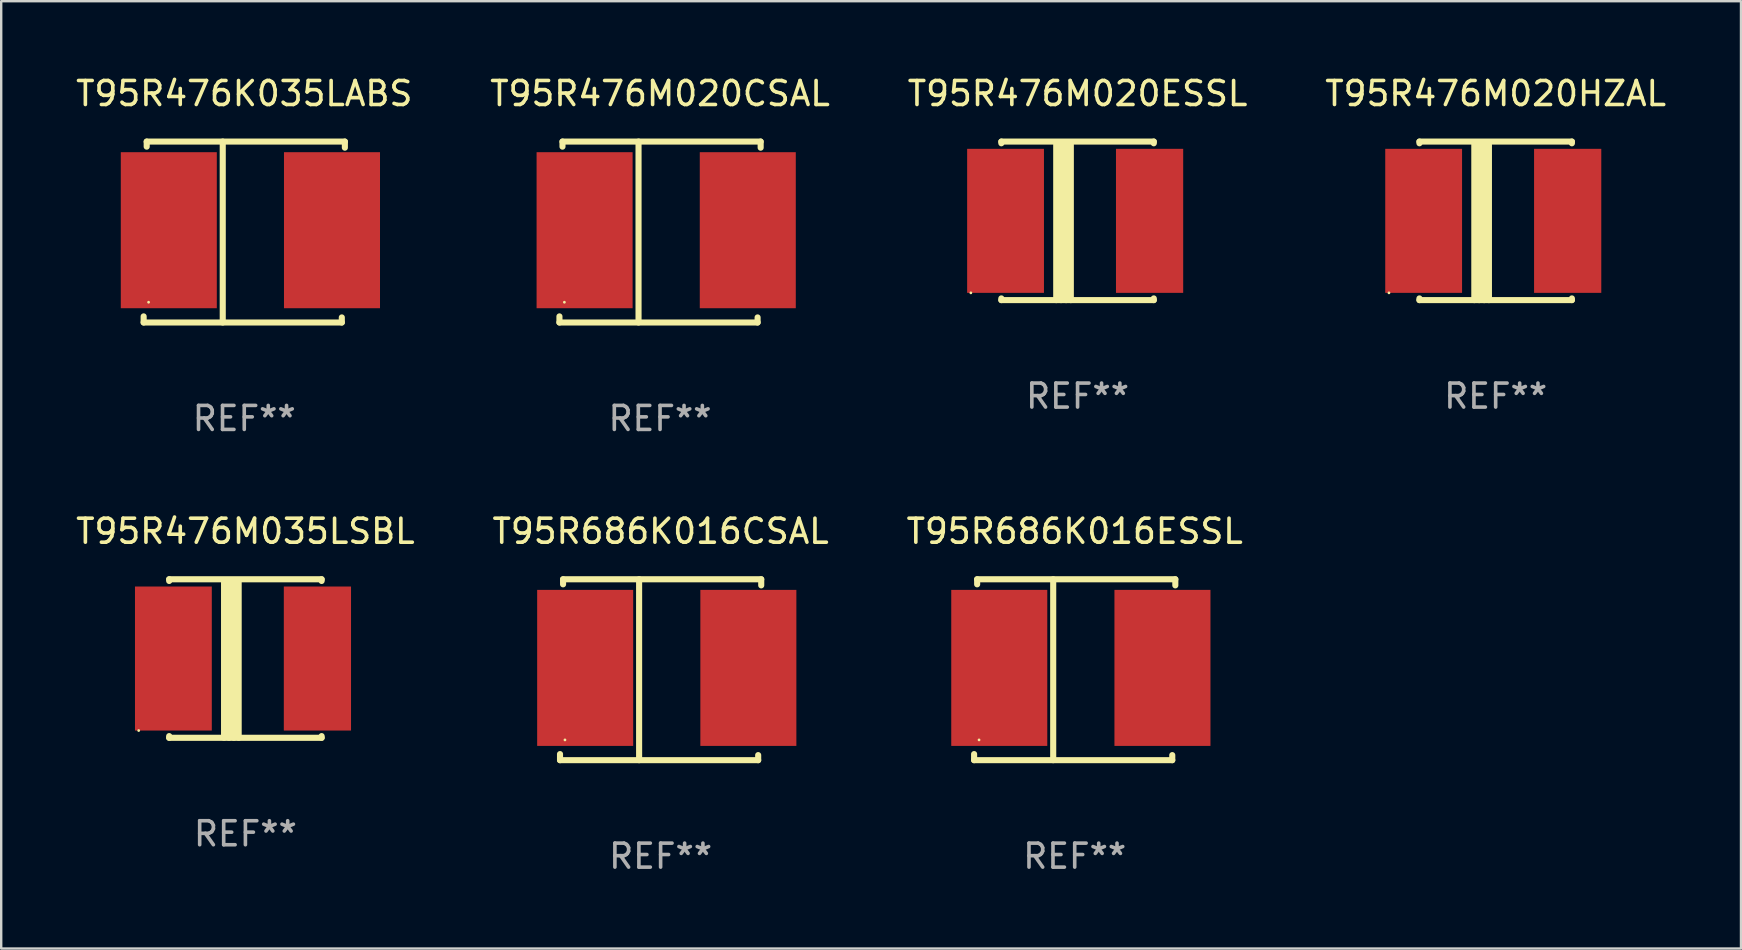
<source format=kicad_pcb>
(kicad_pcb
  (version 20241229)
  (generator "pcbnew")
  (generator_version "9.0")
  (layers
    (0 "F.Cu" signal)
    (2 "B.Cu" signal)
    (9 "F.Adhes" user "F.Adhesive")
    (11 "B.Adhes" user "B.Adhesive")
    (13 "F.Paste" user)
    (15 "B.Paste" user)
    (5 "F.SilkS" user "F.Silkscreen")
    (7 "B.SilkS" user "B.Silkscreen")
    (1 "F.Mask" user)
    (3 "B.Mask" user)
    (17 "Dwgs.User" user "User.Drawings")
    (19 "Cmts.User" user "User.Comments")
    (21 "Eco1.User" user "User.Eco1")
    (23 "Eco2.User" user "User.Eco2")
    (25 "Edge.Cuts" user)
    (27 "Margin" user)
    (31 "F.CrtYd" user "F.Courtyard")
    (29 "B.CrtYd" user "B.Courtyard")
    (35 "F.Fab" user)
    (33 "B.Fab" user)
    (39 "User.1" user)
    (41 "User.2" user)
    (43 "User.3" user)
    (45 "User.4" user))
  (footprint "T95R476M020HZAL"
    (layer "F.Cu")
    (at 59.256 6.15)
    (property "Reference" "T95R476M020HZAL" (at 0 -5.302 0) (layer "F.SilkS") (effects (font (size 1 1) (thickness 0.15))))
    (attr through_hole)
    (fp_line (start -3.175 -3.231) (end -3.175 -3.302) (stroke (width 0.254) (type solid)) (layer "F.SilkS"))
    (fp_line (start -3.175 3.302) (end -3.175 3.231) (stroke (width 0.254) (type solid)) (layer "F.SilkS"))
    (fp_line (start -3.175 3.302) (end 3.175 3.302) (stroke (width 0.254) (type solid)) (layer "F.SilkS"))
    (fp_line (start -0.889 -3.175) (end -0.889 3.302) (stroke (width 0.254) (type solid)) (layer "F.SilkS"))
    (fp_line (start -0.688 -3.175) (end -0.688 3.302) (stroke (width 0.254) (type solid)) (layer "F.SilkS"))
    (fp_line (start -0.478 -3.175) (end -0.478 3.302) (stroke (width 0.254) (type solid)) (layer "F.SilkS"))
    (fp_line (start -0.281 -3.175) (end -0.281 3.302) (stroke (width 0.254) (type solid)) (layer "F.SilkS"))
    (fp_line (start 3.175 -3.302) (end -3.175 -3.302) (stroke (width 0.254) (type solid)) (layer "F.SilkS"))
    (fp_line (start 3.175 -3.302) (end 3.175 -3.231) (stroke (width 0.254) (type solid)) (layer "F.SilkS"))
    (fp_line (start 3.175 3.231) (end 3.175 3.302) (stroke (width 0.254) (type solid)) (layer "F.SilkS"))
    (fp_circle (center -4.445 3) (end -4.415 3) (stroke (width 0.06) (type solid)) (fill no) (layer "F.SilkS"))
    (fp_text user "REF**" (at 0 7.302 0) (layer "F.Fab") (effects (font (size 1 1) (thickness 0.15))))
    (pad "1" smd rect (at -3 0) (size 3.2 6) (layers "F.Cu" "F.Mask" "F.Paste"))
    (pad "2" smd rect (at 3 0) (size 2.8 6) (layers "F.Cu" "F.Mask" "F.Paste")))
  (footprint "T95R686K016CSAL"
    (layer "F.Cu")
    (at 24.47 24.849)
    (property "Reference" "T95R686K016CSAL" (at 0 -5.768 0) (layer "F.SilkS") (effects (font (size 1 1) (thickness 0.15))))
    (attr through_hole)
    (fp_line (start -4.191 3.768) (end -4.191 3.514) (stroke (width 0.254) (type solid)) (layer "F.SilkS"))
    (fp_line (start -4.064 -3.768) (end 4.191 -3.768) (stroke (width 0.254) (type solid)) (layer "F.SilkS"))
    (fp_line (start -4.064 -3.557) (end -4.064 -3.768) (stroke (width 0.254) (type solid)) (layer "F.SilkS"))
    (fp_line (start -0.896 -3.768) (end -0.896 3.768) (stroke (width 0.254) (type solid)) (layer "F.SilkS"))
    (fp_line (start 4.064 3.557) (end 4.064 3.768) (stroke (width 0.254) (type solid)) (layer "F.SilkS"))
    (fp_line (start 4.064 3.768) (end -4.191 3.768) (stroke (width 0.254) (type solid)) (layer "F.SilkS"))
    (fp_line (start 4.191 -3.768) (end 4.191 -3.514) (stroke (width 0.254) (type solid)) (layer "F.SilkS"))
    (fp_circle (center -3.985 2.924) (end -3.955 2.924) (stroke (width 0.06) (type solid)) (fill no) (layer "F.SilkS"))
    (fp_text user "REF**" (at 0 7.768 0) (layer "F.Fab") (effects (font (size 1 1) (thickness 0.15))))
    (pad "1" smd rect (at -3.143 -0.076 270) (size 6.5 4) (layers "F.Cu" "F.Mask" "F.Paste"))
    (pad "2" smd rect (at 3.655 -0.076 270) (size 6.5 4) (layers "F.Cu" "F.Mask" "F.Paste")))
  (footprint "T95R476M020CSAL"
    (layer "F.Cu")
    (at 24.446 6.616)
    (property "Reference" "T95R476M020CSAL" (at 0 -5.768 0) (layer "F.SilkS") (effects (font (size 1 1) (thickness 0.15))))
    (attr through_hole)
    (fp_line (start -4.191 3.768) (end -4.191 3.514) (stroke (width 0.254) (type solid)) (layer "F.SilkS"))
    (fp_line (start -4.064 -3.768) (end 4.191 -3.768) (stroke (width 0.254) (type solid)) (layer "F.SilkS"))
    (fp_line (start -4.064 -3.557) (end -4.064 -3.768) (stroke (width 0.254) (type solid)) (layer "F.SilkS"))
    (fp_line (start -0.896 -3.768) (end -0.896 3.768) (stroke (width 0.254) (type solid)) (layer "F.SilkS"))
    (fp_line (start 4.064 3.557) (end 4.064 3.768) (stroke (width 0.254) (type solid)) (layer "F.SilkS"))
    (fp_line (start 4.064 3.768) (end -4.191 3.768) (stroke (width 0.254) (type solid)) (layer "F.SilkS"))
    (fp_line (start 4.191 -3.768) (end 4.191 -3.514) (stroke (width 0.254) (type solid)) (layer "F.SilkS"))
    (fp_circle (center -3.985 2.924) (end -3.955 2.924) (stroke (width 0.06) (type solid)) (fill no) (layer "F.SilkS"))
    (fp_text user "REF**" (at 0 7.768 0) (layer "F.Fab") (effects (font (size 1 1) (thickness 0.15))))
    (pad "1" smd rect (at -3.143 -0.076 270) (size 6.5 4) (layers "F.Cu" "F.Mask" "F.Paste"))
    (pad "2" smd rect (at 3.655 -0.076 270) (size 6.5 4) (layers "F.Cu" "F.Mask" "F.Paste")))
  (footprint "T95R476K035LABS"
    (layer "F.Cu")
    (at 7.125 6.616)
    (property "Reference" "T95R476K035LABS" (at 0 -5.768 0) (layer "F.SilkS") (effects (font (size 1 1) (thickness 0.15))))
    (attr through_hole)
    (fp_line (start -4.191 3.768) (end -4.191 3.514) (stroke (width 0.254) (type solid)) (layer "F.SilkS"))
    (fp_line (start -4.064 -3.768) (end 4.191 -3.768) (stroke (width 0.254) (type solid)) (layer "F.SilkS"))
    (fp_line (start -4.064 -3.557) (end -4.064 -3.768) (stroke (width 0.254) (type solid)) (layer "F.SilkS"))
    (fp_line (start -0.896 -3.768) (end -0.896 3.768) (stroke (width 0.254) (type solid)) (layer "F.SilkS"))
    (fp_line (start 4.064 3.557) (end 4.064 3.768) (stroke (width 0.254) (type solid)) (layer "F.SilkS"))
    (fp_line (start 4.064 3.768) (end -4.191 3.768) (stroke (width 0.254) (type solid)) (layer "F.SilkS"))
    (fp_line (start 4.191 -3.768) (end 4.191 -3.514) (stroke (width 0.254) (type solid)) (layer "F.SilkS"))
    (fp_circle (center -3.985 2.924) (end -3.955 2.924) (stroke (width 0.06) (type solid)) (fill no) (layer "F.SilkS"))
    (fp_text user "REF**" (at 0 7.768 0) (layer "F.Fab") (effects (font (size 1 1) (thickness 0.15))))
    (pad "1" smd rect (at -3.143 -0.076 270) (size 6.5 4) (layers "F.Cu" "F.Mask" "F.Paste"))
    (pad "2" smd rect (at 3.655 -0.076 270) (size 6.5 4) (layers "F.Cu" "F.Mask" "F.Paste")))
  (footprint "T95R476M020ESSL"
    (layer "F.Cu")
    (at 41.839 6.15)
    (property "Reference" "T95R476M020ESSL" (at 0 -5.302 0) (layer "F.SilkS") (effects (font (size 1 1) (thickness 0.15))))
    (attr through_hole)
    (fp_line (start -3.175 -3.231) (end -3.175 -3.302) (stroke (width 0.254) (type solid)) (layer "F.SilkS"))
    (fp_line (start -3.175 3.302) (end -3.175 3.231) (stroke (width 0.254) (type solid)) (layer "F.SilkS"))
    (fp_line (start -3.175 3.302) (end 3.175 3.302) (stroke (width 0.254) (type solid)) (layer "F.SilkS"))
    (fp_line (start -0.889 -3.175) (end -0.889 3.302) (stroke (width 0.254) (type solid)) (layer "F.SilkS"))
    (fp_line (start -0.688 -3.175) (end -0.688 3.302) (stroke (width 0.254) (type solid)) (layer "F.SilkS"))
    (fp_line (start -0.478 -3.175) (end -0.478 3.302) (stroke (width 0.254) (type solid)) (layer "F.SilkS"))
    (fp_line (start -0.281 -3.175) (end -0.281 3.302) (stroke (width 0.254) (type solid)) (layer "F.SilkS"))
    (fp_line (start 3.175 -3.302) (end -3.175 -3.302) (stroke (width 0.254) (type solid)) (layer "F.SilkS"))
    (fp_line (start 3.175 -3.302) (end 3.175 -3.231) (stroke (width 0.254) (type solid)) (layer "F.SilkS"))
    (fp_line (start 3.175 3.231) (end 3.175 3.302) (stroke (width 0.254) (type solid)) (layer "F.SilkS"))
    (fp_circle (center -4.445 3) (end -4.415 3) (stroke (width 0.06) (type solid)) (fill no) (layer "F.SilkS"))
    (fp_text user "REF**" (at 0 7.302 0) (layer "F.Fab") (effects (font (size 1 1) (thickness 0.15))))
    (pad "1" smd rect (at -3 0) (size 3.2 6) (layers "F.Cu" "F.Mask" "F.Paste"))
    (pad "2" smd rect (at 3 0) (size 2.8 6) (layers "F.Cu" "F.Mask" "F.Paste")))
  (footprint "T95R686K016ESSL"
    (layer "F.Cu")
    (at 41.72 24.849)
    (property "Reference" "T95R686K016ESSL" (at 0 -5.768 0) (layer "F.SilkS") (effects (font (size 1 1) (thickness 0.15))))
    (attr through_hole)
    (fp_line (start -4.191 3.768) (end -4.191 3.514) (stroke (width 0.254) (type solid)) (layer "F.SilkS"))
    (fp_line (start -4.064 -3.768) (end 4.191 -3.768) (stroke (width 0.254) (type solid)) (layer "F.SilkS"))
    (fp_line (start -4.064 -3.557) (end -4.064 -3.768) (stroke (width 0.254) (type solid)) (layer "F.SilkS"))
    (fp_line (start -0.896 -3.768) (end -0.896 3.768) (stroke (width 0.254) (type solid)) (layer "F.SilkS"))
    (fp_line (start 4.064 3.557) (end 4.064 3.768) (stroke (width 0.254) (type solid)) (layer "F.SilkS"))
    (fp_line (start 4.064 3.768) (end -4.191 3.768) (stroke (width 0.254) (type solid)) (layer "F.SilkS"))
    (fp_line (start 4.191 -3.768) (end 4.191 -3.514) (stroke (width 0.254) (type solid)) (layer "F.SilkS"))
    (fp_circle (center -3.985 2.924) (end -3.955 2.924) (stroke (width 0.06) (type solid)) (fill no) (layer "F.SilkS"))
    (fp_text user "REF**" (at 0 7.768 0) (layer "F.Fab") (effects (font (size 1 1) (thickness 0.15))))
    (pad "1" smd rect (at -3.143 -0.076 270) (size 6.5 4) (layers "F.Cu" "F.Mask" "F.Paste"))
    (pad "2" smd rect (at 3.655 -0.076 270) (size 6.5 4) (layers "F.Cu" "F.Mask" "F.Paste")))
  (footprint "T95R476M035LSBL"
    (layer "F.Cu")
    (at 7.173 24.383)
    (property "Reference" "T95R476M035LSBL" (at 0 -5.302 0) (layer "F.SilkS") (effects (font (size 1 1) (thickness 0.15))))
    (attr through_hole)
    (fp_line (start -3.175 -3.231) (end -3.175 -3.302) (stroke (width 0.254) (type solid)) (layer "F.SilkS"))
    (fp_line (start -3.175 3.302) (end -3.175 3.231) (stroke (width 0.254) (type solid)) (layer "F.SilkS"))
    (fp_line (start -3.175 3.302) (end 3.175 3.302) (stroke (width 0.254) (type solid)) (layer "F.SilkS"))
    (fp_line (start -0.889 -3.175) (end -0.889 3.302) (stroke (width 0.254) (type solid)) (layer "F.SilkS"))
    (fp_line (start -0.688 -3.175) (end -0.688 3.302) (stroke (width 0.254) (type solid)) (layer "F.SilkS"))
    (fp_line (start -0.478 -3.175) (end -0.478 3.302) (stroke (width 0.254) (type solid)) (layer "F.SilkS"))
    (fp_line (start -0.281 -3.175) (end -0.281 3.302) (stroke (width 0.254) (type solid)) (layer "F.SilkS"))
    (fp_line (start 3.175 -3.302) (end -3.175 -3.302) (stroke (width 0.254) (type solid)) (layer "F.SilkS"))
    (fp_line (start 3.175 -3.302) (end 3.175 -3.231) (stroke (width 0.254) (type solid)) (layer "F.SilkS"))
    (fp_line (start 3.175 3.231) (end 3.175 3.302) (stroke (width 0.254) (type solid)) (layer "F.SilkS"))
    (fp_circle (center -4.445 3) (end -4.415 3) (stroke (width 0.06) (type solid)) (fill no) (layer "F.SilkS"))
    (fp_text user "REF**" (at 0 7.302 0) (layer "F.Fab") (effects (font (size 1 1) (thickness 0.15))))
    (pad "1" smd rect (at -3 0) (size 3.2 6) (layers "F.Cu" "F.Mask" "F.Paste"))
    (pad "2" smd rect (at 3 0) (size 2.8 6) (layers "F.Cu" "F.Mask" "F.Paste")))
  (gr_rect
    (start -3 -3)
    (end 69.476 36.465)
    (stroke (width 0.1) (type default))
    (fill no)
    (layer "Edge.Cuts")))
</source>
